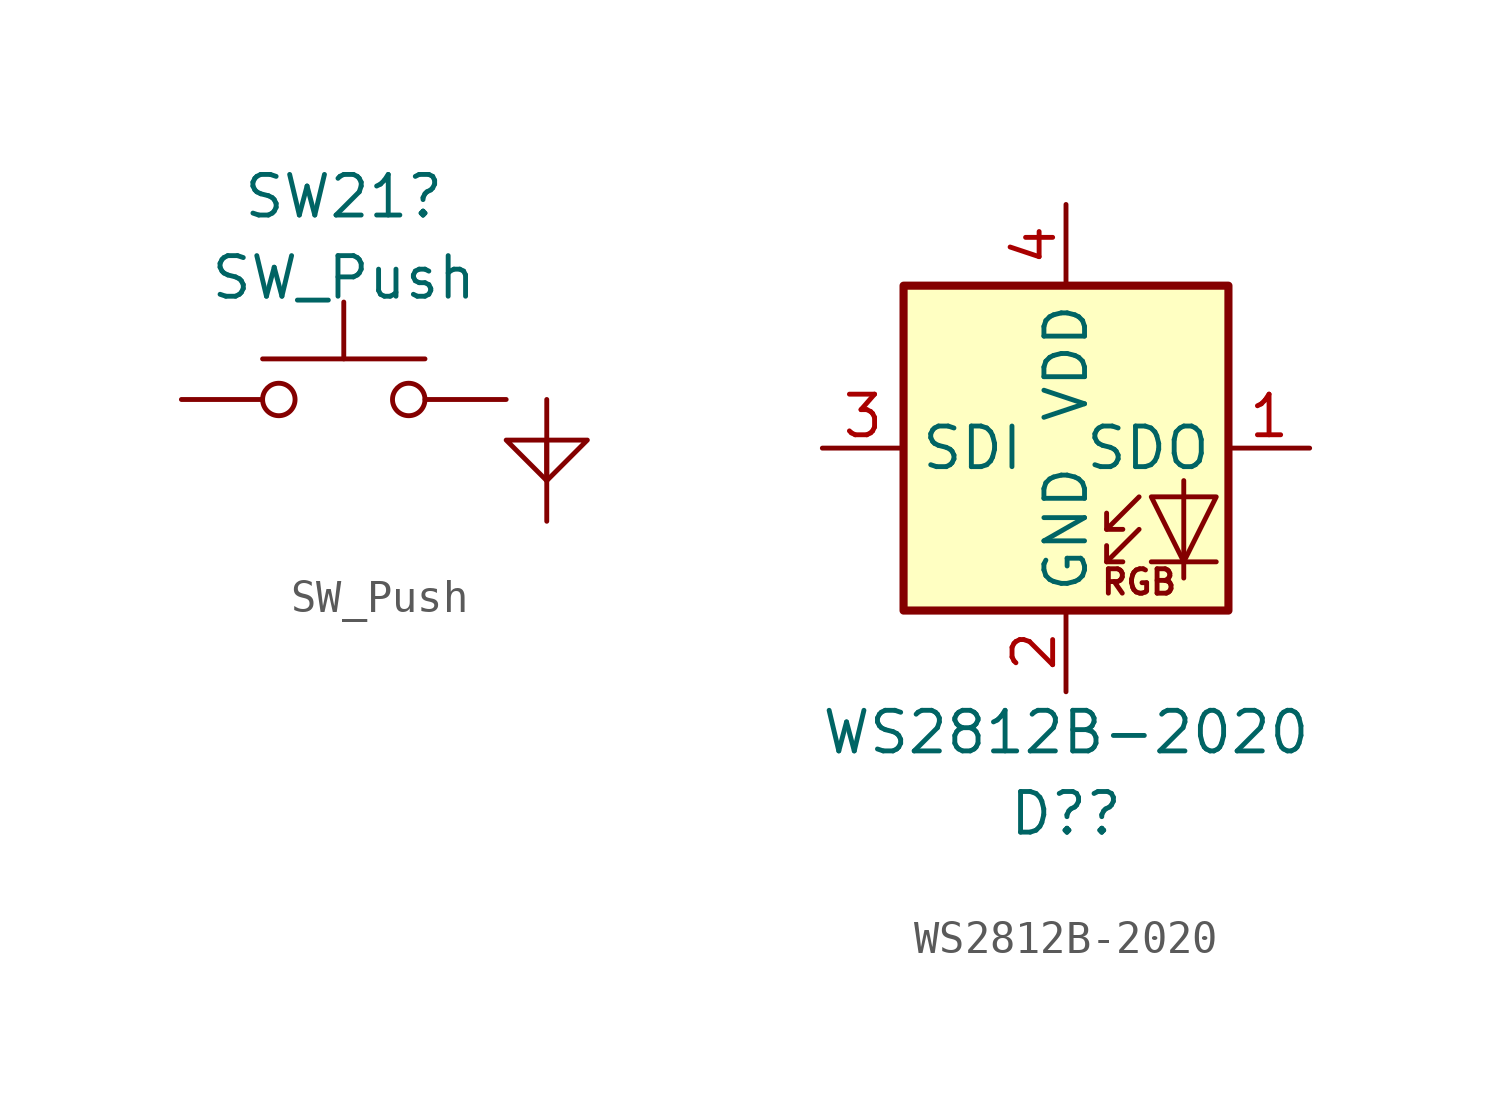
<source format=kicad_sym>
(kicad_symbol_lib
  (version 20201005)
  (generator kicad_symbol_editor)
  (symbol "ingot:SW_Push"
    (pin_numbers hide)
    (pin_names
      (offset 1.016) hide)
    (property "Reference" "SW21"
      (at 0 6.35 0)
      (effects (font (size 1.27 1.27))))
    (property "Value" "SW_Push"
      (at 0 3.81 0)
      (effects (font (size 1.27 1.27))))
    (symbol "SW_Push_0_1"
      (circle (center -2.032 0) (radius 0.508) (stroke (width 0)) (fill (type none)))
      (circle (center 2.032 0) (radius 0.508) (stroke (width 0)) (fill (type none)))
      (polyline (pts (xy 0 1.27) (xy 0 3.048)) (stroke (width 0)) (fill (type none)))
      (polyline (pts (xy 2.54 1.27) (xy -2.54 1.27)) (stroke (width 0)) (fill (type none)))
      (polyline (pts (xy 6.35 -2.54) (xy 5.08 -1.27) (xy 7.62 -1.27) (xy 6.35 -2.54)) (stroke (width 0.152)) (fill (type none)))
      (pin passive line (at -5.08 0 0) (length 2.54) (name "1" (effects (font (size 1.27 1.27)))) (number "1" (effects (font (size 1.27 1.27)))))
      (pin passive line (at 5.08 0 180) (length 2.54) (name "2" (effects (font (size 1.27 1.27)))) (number "2" (effects (font (size 1.27 1.27))))))
    (symbol "SW_Push_1_1"
      (pin passive line (at 6.35 -3.81 90) (length 2.54) (name "" (effects (font (size 1.27 1.27)))) (number "" (effects (font (size 1.27 1.27)))))
      (pin passive line (at 6.35 0 270) (length 2.54) (name "" (effects (font (size 1.27 1.27)))) (number "" (effects (font (size 1.27 1.27)))))))
  (symbol "ingot:WS2812B-2020"
    (property "Reference" "D?"
      (at 0 -11.43 0)
      (effects (font (size 1.27 1.27))))
    (property "Value" "WS2812B-2020"
      (at 0 -8.89 0)
      (effects (font (size 1.27 1.27))))
    (symbol "WS2812B-2020_0_0"
      (text "RGB" (at 2.286 -4.191 0) (effects (font (size 0.762 0.762)))))
    (symbol "WS2812B-2020_0_1"
      (rectangle (start 5.08 5.08) (end -5.08 -5.08) (stroke (width 0.254)) (fill (type background)))
      (polyline (pts (xy 1.27 -3.556) (xy 1.778 -3.556)) (stroke (width 0)) (fill (type none)))
      (polyline (pts (xy 1.27 -2.54) (xy 1.778 -2.54)) (stroke (width 0)) (fill (type none)))
      (polyline (pts (xy 4.699 -3.556) (xy 2.667 -3.556)) (stroke (width 0)) (fill (type none)))
      (polyline (pts (xy 2.286 -2.54) (xy 1.27 -3.556) (xy 1.27 -3.048)) (stroke (width 0)) (fill (type none)))
      (polyline (pts (xy 2.286 -1.524) (xy 1.27 -2.54) (xy 1.27 -2.032)) (stroke (width 0)) (fill (type none)))
      (polyline (pts (xy 3.683 -1.016) (xy 3.683 -3.556) (xy 3.683 -4.064)) (stroke (width 0)) (fill (type none)))
      (polyline (pts (xy 4.699 -1.524) (xy 2.667 -1.524) (xy 3.683 -3.556) (xy 4.699 -1.524)) (stroke (width 0)) (fill (type none))))
    (symbol "WS2812B-2020_1_1"
      (pin output line (at 7.62 0 180) (length 2.54) (name "SDO" (effects (font (size 1.27 1.27)))) (number "1" (effects (font (size 1.27 1.27)))))
      (pin power_in line (at 0 -7.62 90) (length 2.54) (name "GND" (effects (font (size 1.27 1.27)))) (number "2" (effects (font (size 1.27 1.27)))))
      (pin input line (at -7.62 0 0) (length 2.54) (name "SDI" (effects (font (size 1.27 1.27)))) (number "3" (effects (font (size 1.27 1.27)))))
      (pin power_in line (at 0 7.62 270) (length 2.54) (name "VDD" (effects (font (size 1.27 1.27)))) (number "4" (effects (font (size 1.27 1.27))))))))
</source>
